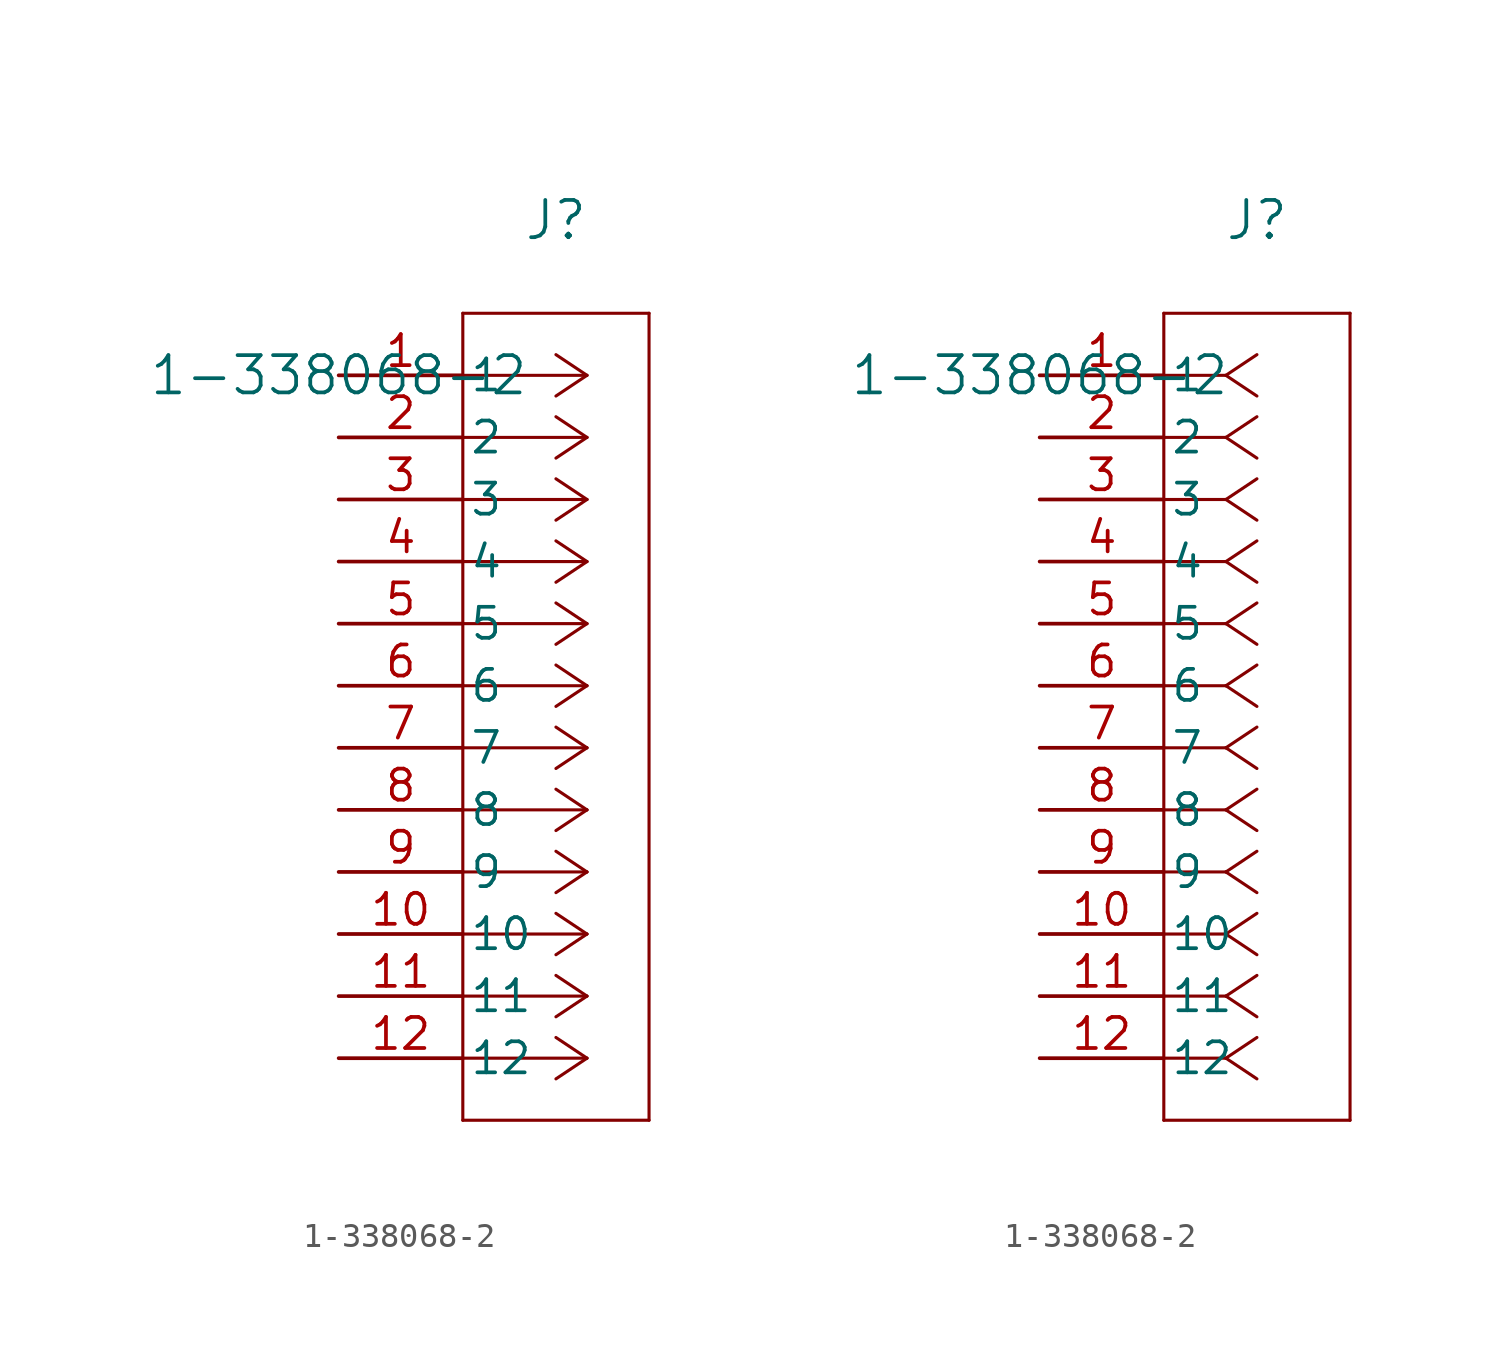
<source format=kicad_sym>
(kicad_symbol_lib
  (version 20211014)
  (generator kicad_symbol_editor)
  (symbol "1-338068-2"
    (pin_names
      (offset 0.254))
    (property "Reference" "J"
      (at 8.89 6.35 0)
      (effects (font (size 1.524 1.524))))
    (property "Value" "1-338068-2"
      (at 0 0 0)
      (effects (font (size 1.524 1.524))))
    (symbol "1-338068-2_1_1"
      (polyline (pts (xy 10.16 0) (xy 5.08 0)) (stroke (width 0.127) (type default) (color 0 0 0 0)) (fill (type none)))
      (polyline (pts (xy 10.16 -2.54) (xy 5.08 -2.54)) (stroke (width 0.127) (type default) (color 0 0 0 0)) (fill (type none)))
      (polyline (pts (xy 10.16 -5.08) (xy 5.08 -5.08)) (stroke (width 0.127) (type default) (color 0 0 0 0)) (fill (type none)))
      (polyline (pts (xy 10.16 -7.62) (xy 5.08 -7.62)) (stroke (width 0.127) (type default) (color 0 0 0 0)) (fill (type none)))
      (polyline (pts (xy 10.16 -10.16) (xy 5.08 -10.16)) (stroke (width 0.127) (type default) (color 0 0 0 0)) (fill (type none)))
      (polyline (pts (xy 10.16 -12.7) (xy 5.08 -12.7)) (stroke (width 0.127) (type default) (color 0 0 0 0)) (fill (type none)))
      (polyline (pts (xy 10.16 -15.24) (xy 5.08 -15.24)) (stroke (width 0.127) (type default) (color 0 0 0 0)) (fill (type none)))
      (polyline (pts (xy 10.16 -17.78) (xy 5.08 -17.78)) (stroke (width 0.127) (type default) (color 0 0 0 0)) (fill (type none)))
      (polyline (pts (xy 10.16 -20.32) (xy 5.08 -20.32)) (stroke (width 0.127) (type default) (color 0 0 0 0)) (fill (type none)))
      (polyline (pts (xy 10.16 -22.86) (xy 5.08 -22.86)) (stroke (width 0.127) (type default) (color 0 0 0 0)) (fill (type none)))
      (polyline (pts (xy 10.16 -25.4) (xy 5.08 -25.4)) (stroke (width 0.127) (type default) (color 0 0 0 0)) (fill (type none)))
      (polyline (pts (xy 10.16 -27.94) (xy 5.08 -27.94)) (stroke (width 0.127) (type default) (color 0 0 0 0)) (fill (type none)))
      (polyline (pts (xy 10.16 0) (xy 8.89 0.847)) (stroke (width 0.127) (type default) (color 0 0 0 0)) (fill (type none)))
      (polyline (pts (xy 10.16 -2.54) (xy 8.89 -1.693)) (stroke (width 0.127) (type default) (color 0 0 0 0)) (fill (type none)))
      (polyline (pts (xy 10.16 -5.08) (xy 8.89 -4.233)) (stroke (width 0.127) (type default) (color 0 0 0 0)) (fill (type none)))
      (polyline (pts (xy 10.16 -7.62) (xy 8.89 -6.773)) (stroke (width 0.127) (type default) (color 0 0 0 0)) (fill (type none)))
      (polyline (pts (xy 10.16 -10.16) (xy 8.89 -9.313)) (stroke (width 0.127) (type default) (color 0 0 0 0)) (fill (type none)))
      (polyline (pts (xy 10.16 -12.7) (xy 8.89 -11.853)) (stroke (width 0.127) (type default) (color 0 0 0 0)) (fill (type none)))
      (polyline (pts (xy 10.16 -15.24) (xy 8.89 -14.393)) (stroke (width 0.127) (type default) (color 0 0 0 0)) (fill (type none)))
      (polyline (pts (xy 10.16 -17.78) (xy 8.89 -16.933)) (stroke (width 0.127) (type default) (color 0 0 0 0)) (fill (type none)))
      (polyline (pts (xy 10.16 -20.32) (xy 8.89 -19.473)) (stroke (width 0.127) (type default) (color 0 0 0 0)) (fill (type none)))
      (polyline (pts (xy 10.16 -22.86) (xy 8.89 -22.013)) (stroke (width 0.127) (type default) (color 0 0 0 0)) (fill (type none)))
      (polyline (pts (xy 10.16 -25.4) (xy 8.89 -24.553)) (stroke (width 0.127) (type default) (color 0 0 0 0)) (fill (type none)))
      (polyline (pts (xy 10.16 -27.94) (xy 8.89 -27.093)) (stroke (width 0.127) (type default) (color 0 0 0 0)) (fill (type none)))
      (polyline (pts (xy 10.16 0) (xy 8.89 -0.847)) (stroke (width 0.127) (type default) (color 0 0 0 0)) (fill (type none)))
      (polyline (pts (xy 10.16 -2.54) (xy 8.89 -3.387)) (stroke (width 0.127) (type default) (color 0 0 0 0)) (fill (type none)))
      (polyline (pts (xy 10.16 -5.08) (xy 8.89 -5.927)) (stroke (width 0.127) (type default) (color 0 0 0 0)) (fill (type none)))
      (polyline (pts (xy 10.16 -7.62) (xy 8.89 -8.467)) (stroke (width 0.127) (type default) (color 0 0 0 0)) (fill (type none)))
      (polyline (pts (xy 10.16 -10.16) (xy 8.89 -11.007)) (stroke (width 0.127) (type default) (color 0 0 0 0)) (fill (type none)))
      (polyline (pts (xy 10.16 -12.7) (xy 8.89 -13.547)) (stroke (width 0.127) (type default) (color 0 0 0 0)) (fill (type none)))
      (polyline (pts (xy 10.16 -15.24) (xy 8.89 -16.087)) (stroke (width 0.127) (type default) (color 0 0 0 0)) (fill (type none)))
      (polyline (pts (xy 10.16 -17.78) (xy 8.89 -18.627)) (stroke (width 0.127) (type default) (color 0 0 0 0)) (fill (type none)))
      (polyline (pts (xy 10.16 -20.32) (xy 8.89 -21.167)) (stroke (width 0.127) (type default) (color 0 0 0 0)) (fill (type none)))
      (polyline (pts (xy 10.16 -22.86) (xy 8.89 -23.707)) (stroke (width 0.127) (type default) (color 0 0 0 0)) (fill (type none)))
      (polyline (pts (xy 10.16 -25.4) (xy 8.89 -26.247)) (stroke (width 0.127) (type default) (color 0 0 0 0)) (fill (type none)))
      (polyline (pts (xy 10.16 -27.94) (xy 8.89 -28.787)) (stroke (width 0.127) (type default) (color 0 0 0 0)) (fill (type none)))
      (polyline (pts (xy 5.08 2.54) (xy 5.08 -30.48)) (stroke (width 0.127) (type default) (color 0 0 0 0)) (fill (type none)))
      (polyline (pts (xy 5.08 -30.48) (xy 12.7 -30.48)) (stroke (width 0.127) (type default) (color 0 0 0 0)) (fill (type none)))
      (polyline (pts (xy 12.7 -30.48) (xy 12.7 2.54)) (stroke (width 0.127) (type default) (color 0 0 0 0)) (fill (type none)))
      (polyline (pts (xy 12.7 2.54) (xy 5.08 2.54)) (stroke (width 0.127) (type default) (color 0 0 0 0)) (fill (type none)))
      (pin unspecified line (at 0 0 0) (length 5.08) (name "1" (effects (font (size 1.27 1.27)))) (number "1" (effects (font (size 1.27 1.27)))))
      (pin unspecified line (at 0 -2.54 0) (length 5.08) (name "2" (effects (font (size 1.27 1.27)))) (number "2" (effects (font (size 1.27 1.27)))))
      (pin unspecified line (at 0 -5.08 0) (length 5.08) (name "3" (effects (font (size 1.27 1.27)))) (number "3" (effects (font (size 1.27 1.27)))))
      (pin unspecified line (at 0 -7.62 0) (length 5.08) (name "4" (effects (font (size 1.27 1.27)))) (number "4" (effects (font (size 1.27 1.27)))))
      (pin unspecified line (at 0 -10.16 0) (length 5.08) (name "5" (effects (font (size 1.27 1.27)))) (number "5" (effects (font (size 1.27 1.27)))))
      (pin unspecified line (at 0 -12.7 0) (length 5.08) (name "6" (effects (font (size 1.27 1.27)))) (number "6" (effects (font (size 1.27 1.27)))))
      (pin unspecified line (at 0 -15.24 0) (length 5.08) (name "7" (effects (font (size 1.27 1.27)))) (number "7" (effects (font (size 1.27 1.27)))))
      (pin unspecified line (at 0 -17.78 0) (length 5.08) (name "8" (effects (font (size 1.27 1.27)))) (number "8" (effects (font (size 1.27 1.27)))))
      (pin unspecified line (at 0 -20.32 0) (length 5.08) (name "9" (effects (font (size 1.27 1.27)))) (number "9" (effects (font (size 1.27 1.27)))))
      (pin unspecified line (at 0 -22.86 0) (length 5.08) (name "10" (effects (font (size 1.27 1.27)))) (number "10" (effects (font (size 1.27 1.27)))))
      (pin unspecified line (at 0 -25.4 0) (length 5.08) (name "11" (effects (font (size 1.27 1.27)))) (number "11" (effects (font (size 1.27 1.27)))))
      (pin unspecified line (at 0 -27.94 0) (length 5.08) (name "12" (effects (font (size 1.27 1.27)))) (number "12" (effects (font (size 1.27 1.27))))))
    (symbol "1-338068-2_1_2"
      (polyline (pts (xy 7.62 0) (xy 5.08 0)) (stroke (width 0.127) (type default) (color 0 0 0 0)) (fill (type none)))
      (polyline (pts (xy 7.62 -2.54) (xy 5.08 -2.54)) (stroke (width 0.127) (type default) (color 0 0 0 0)) (fill (type none)))
      (polyline (pts (xy 7.62 -5.08) (xy 5.08 -5.08)) (stroke (width 0.127) (type default) (color 0 0 0 0)) (fill (type none)))
      (polyline (pts (xy 7.62 -7.62) (xy 5.08 -7.62)) (stroke (width 0.127) (type default) (color 0 0 0 0)) (fill (type none)))
      (polyline (pts (xy 7.62 -10.16) (xy 5.08 -10.16)) (stroke (width 0.127) (type default) (color 0 0 0 0)) (fill (type none)))
      (polyline (pts (xy 7.62 -12.7) (xy 5.08 -12.7)) (stroke (width 0.127) (type default) (color 0 0 0 0)) (fill (type none)))
      (polyline (pts (xy 7.62 -15.24) (xy 5.08 -15.24)) (stroke (width 0.127) (type default) (color 0 0 0 0)) (fill (type none)))
      (polyline (pts (xy 7.62 -17.78) (xy 5.08 -17.78)) (stroke (width 0.127) (type default) (color 0 0 0 0)) (fill (type none)))
      (polyline (pts (xy 7.62 -20.32) (xy 5.08 -20.32)) (stroke (width 0.127) (type default) (color 0 0 0 0)) (fill (type none)))
      (polyline (pts (xy 7.62 -22.86) (xy 5.08 -22.86)) (stroke (width 0.127) (type default) (color 0 0 0 0)) (fill (type none)))
      (polyline (pts (xy 7.62 -25.4) (xy 5.08 -25.4)) (stroke (width 0.127) (type default) (color 0 0 0 0)) (fill (type none)))
      (polyline (pts (xy 7.62 -27.94) (xy 5.08 -27.94)) (stroke (width 0.127) (type default) (color 0 0 0 0)) (fill (type none)))
      (polyline (pts (xy 7.62 0) (xy 8.89 0.847)) (stroke (width 0.127) (type default) (color 0 0 0 0)) (fill (type none)))
      (polyline (pts (xy 7.62 -2.54) (xy 8.89 -1.693)) (stroke (width 0.127) (type default) (color 0 0 0 0)) (fill (type none)))
      (polyline (pts (xy 7.62 -5.08) (xy 8.89 -4.233)) (stroke (width 0.127) (type default) (color 0 0 0 0)) (fill (type none)))
      (polyline (pts (xy 7.62 -7.62) (xy 8.89 -6.773)) (stroke (width 0.127) (type default) (color 0 0 0 0)) (fill (type none)))
      (polyline (pts (xy 7.62 -10.16) (xy 8.89 -9.313)) (stroke (width 0.127) (type default) (color 0 0 0 0)) (fill (type none)))
      (polyline (pts (xy 7.62 -12.7) (xy 8.89 -11.853)) (stroke (width 0.127) (type default) (color 0 0 0 0)) (fill (type none)))
      (polyline (pts (xy 7.62 -15.24) (xy 8.89 -14.393)) (stroke (width 0.127) (type default) (color 0 0 0 0)) (fill (type none)))
      (polyline (pts (xy 7.62 -17.78) (xy 8.89 -16.933)) (stroke (width 0.127) (type default) (color 0 0 0 0)) (fill (type none)))
      (polyline (pts (xy 7.62 -20.32) (xy 8.89 -19.473)) (stroke (width 0.127) (type default) (color 0 0 0 0)) (fill (type none)))
      (polyline (pts (xy 7.62 -22.86) (xy 8.89 -22.013)) (stroke (width 0.127) (type default) (color 0 0 0 0)) (fill (type none)))
      (polyline (pts (xy 7.62 -25.4) (xy 8.89 -24.553)) (stroke (width 0.127) (type default) (color 0 0 0 0)) (fill (type none)))
      (polyline (pts (xy 7.62 -27.94) (xy 8.89 -27.093)) (stroke (width 0.127) (type default) (color 0 0 0 0)) (fill (type none)))
      (polyline (pts (xy 7.62 0) (xy 8.89 -0.847)) (stroke (width 0.127) (type default) (color 0 0 0 0)) (fill (type none)))
      (polyline (pts (xy 7.62 -2.54) (xy 8.89 -3.387)) (stroke (width 0.127) (type default) (color 0 0 0 0)) (fill (type none)))
      (polyline (pts (xy 7.62 -5.08) (xy 8.89 -5.927)) (stroke (width 0.127) (type default) (color 0 0 0 0)) (fill (type none)))
      (polyline (pts (xy 7.62 -7.62) (xy 8.89 -8.467)) (stroke (width 0.127) (type default) (color 0 0 0 0)) (fill (type none)))
      (polyline (pts (xy 7.62 -10.16) (xy 8.89 -11.007)) (stroke (width 0.127) (type default) (color 0 0 0 0)) (fill (type none)))
      (polyline (pts (xy 7.62 -12.7) (xy 8.89 -13.547)) (stroke (width 0.127) (type default) (color 0 0 0 0)) (fill (type none)))
      (polyline (pts (xy 7.62 -15.24) (xy 8.89 -16.087)) (stroke (width 0.127) (type default) (color 0 0 0 0)) (fill (type none)))
      (polyline (pts (xy 7.62 -17.78) (xy 8.89 -18.627)) (stroke (width 0.127) (type default) (color 0 0 0 0)) (fill (type none)))
      (polyline (pts (xy 7.62 -20.32) (xy 8.89 -21.167)) (stroke (width 0.127) (type default) (color 0 0 0 0)) (fill (type none)))
      (polyline (pts (xy 7.62 -22.86) (xy 8.89 -23.707)) (stroke (width 0.127) (type default) (color 0 0 0 0)) (fill (type none)))
      (polyline (pts (xy 7.62 -25.4) (xy 8.89 -26.247)) (stroke (width 0.127) (type default) (color 0 0 0 0)) (fill (type none)))
      (polyline (pts (xy 7.62 -27.94) (xy 8.89 -28.787)) (stroke (width 0.127) (type default) (color 0 0 0 0)) (fill (type none)))
      (polyline (pts (xy 5.08 2.54) (xy 5.08 -30.48)) (stroke (width 0.127) (type default) (color 0 0 0 0)) (fill (type none)))
      (polyline (pts (xy 5.08 -30.48) (xy 12.7 -30.48)) (stroke (width 0.127) (type default) (color 0 0 0 0)) (fill (type none)))
      (polyline (pts (xy 12.7 -30.48) (xy 12.7 2.54)) (stroke (width 0.127) (type default) (color 0 0 0 0)) (fill (type none)))
      (polyline (pts (xy 12.7 2.54) (xy 5.08 2.54)) (stroke (width 0.127) (type default) (color 0 0 0 0)) (fill (type none)))
      (pin unspecified line (at 0 0 0) (length 5.08) (name "1" (effects (font (size 1.27 1.27)))) (number "1" (effects (font (size 1.27 1.27)))))
      (pin unspecified line (at 0 -2.54 0) (length 5.08) (name "2" (effects (font (size 1.27 1.27)))) (number "2" (effects (font (size 1.27 1.27)))))
      (pin unspecified line (at 0 -5.08 0) (length 5.08) (name "3" (effects (font (size 1.27 1.27)))) (number "3" (effects (font (size 1.27 1.27)))))
      (pin unspecified line (at 0 -7.62 0) (length 5.08) (name "4" (effects (font (size 1.27 1.27)))) (number "4" (effects (font (size 1.27 1.27)))))
      (pin unspecified line (at 0 -10.16 0) (length 5.08) (name "5" (effects (font (size 1.27 1.27)))) (number "5" (effects (font (size 1.27 1.27)))))
      (pin unspecified line (at 0 -12.7 0) (length 5.08) (name "6" (effects (font (size 1.27 1.27)))) (number "6" (effects (font (size 1.27 1.27)))))
      (pin unspecified line (at 0 -15.24 0) (length 5.08) (name "7" (effects (font (size 1.27 1.27)))) (number "7" (effects (font (size 1.27 1.27)))))
      (pin unspecified line (at 0 -17.78 0) (length 5.08) (name "8" (effects (font (size 1.27 1.27)))) (number "8" (effects (font (size 1.27 1.27)))))
      (pin unspecified line (at 0 -20.32 0) (length 5.08) (name "9" (effects (font (size 1.27 1.27)))) (number "9" (effects (font (size 1.27 1.27)))))
      (pin unspecified line (at 0 -22.86 0) (length 5.08) (name "10" (effects (font (size 1.27 1.27)))) (number "10" (effects (font (size 1.27 1.27)))))
      (pin unspecified line (at 0 -25.4 0) (length 5.08) (name "11" (effects (font (size 1.27 1.27)))) (number "11" (effects (font (size 1.27 1.27)))))
      (pin unspecified line (at 0 -27.94 0) (length 5.08) (name "12" (effects (font (size 1.27 1.27)))) (number "12" (effects (font (size 1.27 1.27))))))))
</source>
